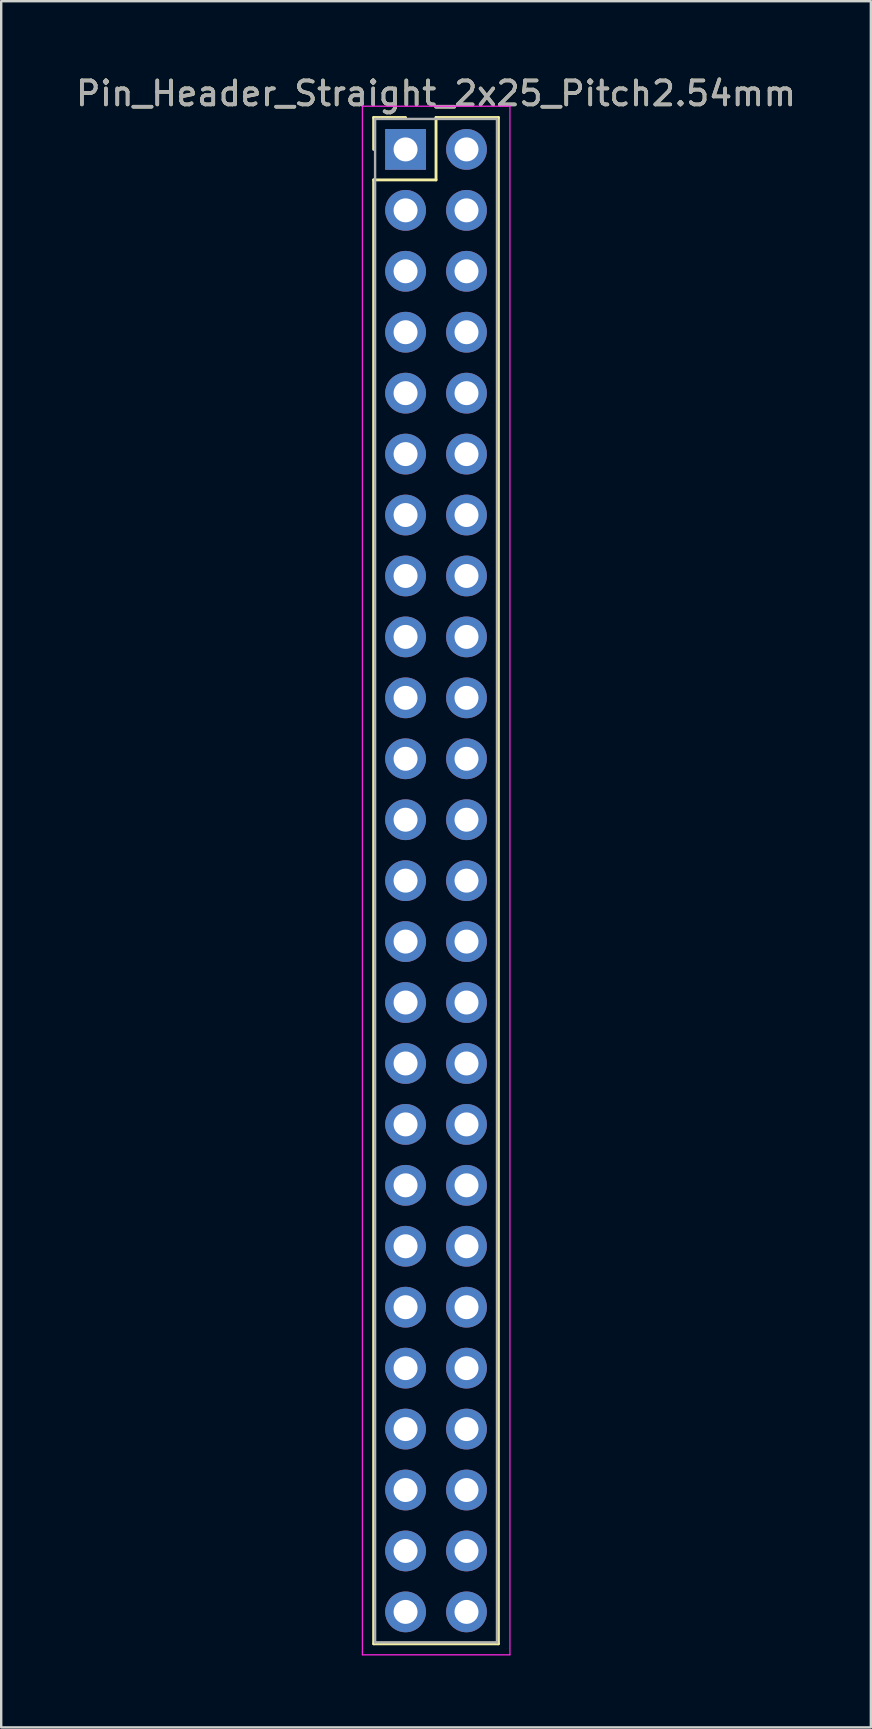
<source format=kicad_pcb>
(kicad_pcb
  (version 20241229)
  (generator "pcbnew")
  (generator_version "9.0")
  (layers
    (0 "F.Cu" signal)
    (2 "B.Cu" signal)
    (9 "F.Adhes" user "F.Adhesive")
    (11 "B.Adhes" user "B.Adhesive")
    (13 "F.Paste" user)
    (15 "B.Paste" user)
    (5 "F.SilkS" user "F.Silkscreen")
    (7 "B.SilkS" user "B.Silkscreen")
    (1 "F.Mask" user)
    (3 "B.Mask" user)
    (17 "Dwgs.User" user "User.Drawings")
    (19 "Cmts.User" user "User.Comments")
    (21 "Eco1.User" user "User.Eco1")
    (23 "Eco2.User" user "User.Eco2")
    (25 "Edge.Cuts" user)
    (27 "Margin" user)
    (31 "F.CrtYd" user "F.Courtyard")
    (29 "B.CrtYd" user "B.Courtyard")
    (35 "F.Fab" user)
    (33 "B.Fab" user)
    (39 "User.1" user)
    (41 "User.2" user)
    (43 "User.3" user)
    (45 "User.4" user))
  (footprint "Pin_Header_Straight_2x25_Pitch2.54mm"
    (layer "F.Cu")
    (at 13.855 3.178)
    (property "Reference" "Pin_Header_Straight_2x25_Pitch2.54mm" (at 1.27 -2.33 0) (layer "F.SilkS") (effects (font (size 1 1) (thickness 0.15))))
    (attr through_hole)
    (fp_line (start -1.33 -1.33) (end 0 -1.33) (stroke (width 0.12) (type solid)) (layer "F.SilkS"))
    (fp_line (start -1.33 0) (end -1.33 -1.33) (stroke (width 0.12) (type solid)) (layer "F.SilkS"))
    (fp_line (start -1.33 1.27) (end -1.33 62.29) (stroke (width 0.12) (type solid)) (layer "F.SilkS"))
    (fp_line (start -1.33 62.29) (end 3.87 62.29) (stroke (width 0.12) (type solid)) (layer "F.SilkS"))
    (fp_line (start 1.27 -1.33) (end 1.27 1.27) (stroke (width 0.12) (type solid)) (layer "F.SilkS"))
    (fp_line (start 1.27 1.27) (end -1.33 1.27) (stroke (width 0.12) (type solid)) (layer "F.SilkS"))
    (fp_line (start 3.87 -1.33) (end 1.27 -1.33) (stroke (width 0.12) (type solid)) (layer "F.SilkS"))
    (fp_line (start 3.87 62.29) (end 3.87 -1.33) (stroke (width 0.12) (type solid)) (layer "F.SilkS"))
    (fp_line (start -1.8 -1.8) (end -1.8 62.75) (stroke (width 0.05) (type solid)) (layer "F.CrtYd"))
    (fp_line (start -1.8 62.75) (end 4.35 62.75) (stroke (width 0.05) (type solid)) (layer "F.CrtYd"))
    (fp_line (start 4.35 -1.8) (end -1.8 -1.8) (stroke (width 0.05) (type solid)) (layer "F.CrtYd"))
    (fp_line (start 4.35 62.75) (end 4.35 -1.8) (stroke (width 0.05) (type solid)) (layer "F.CrtYd"))
    (fp_line (start -1.27 -1.27) (end -1.27 62.23) (stroke (width 0.1) (type solid)) (layer "F.Fab"))
    (fp_line (start -1.27 62.23) (end 3.81 62.23) (stroke (width 0.1) (type solid)) (layer "F.Fab"))
    (fp_line (start 3.81 -1.27) (end -1.27 -1.27) (stroke (width 0.1) (type solid)) (layer "F.Fab"))
    (fp_line (start 3.81 62.23) (end 3.81 -1.27) (stroke (width 0.1) (type solid)) (layer "F.Fab"))
    (fp_text user "${REFERENCE}" (at 1.27 -2.33 0) (layer "F.Fab") (effects (font (size 1 1) (thickness 0.15))))
    (pad "1" thru_hole rect (at 0 0) (size 1.7 1.7) (drill 1) (layers "*.Cu" "*.Mask"))
    (pad "2" thru_hole oval (at 2.54 0) (size 1.7 1.7) (drill 1) (layers "*.Cu" "*.Mask"))
    (pad "3" thru_hole oval (at 0 2.54) (size 1.7 1.7) (drill 1) (layers "*.Cu" "*.Mask"))
    (pad "4" thru_hole oval (at 2.54 2.54) (size 1.7 1.7) (drill 1) (layers "*.Cu" "*.Mask"))
    (pad "5" thru_hole oval (at 0 5.08) (size 1.7 1.7) (drill 1) (layers "*.Cu" "*.Mask"))
    (pad "6" thru_hole oval (at 2.54 5.08) (size 1.7 1.7) (drill 1) (layers "*.Cu" "*.Mask"))
    (pad "7" thru_hole oval (at 0 7.62) (size 1.7 1.7) (drill 1) (layers "*.Cu" "*.Mask"))
    (pad "8" thru_hole oval (at 2.54 7.62) (size 1.7 1.7) (drill 1) (layers "*.Cu" "*.Mask"))
    (pad "9" thru_hole oval (at 0 10.16) (size 1.7 1.7) (drill 1) (layers "*.Cu" "*.Mask"))
    (pad "10" thru_hole oval (at 2.54 10.16) (size 1.7 1.7) (drill 1) (layers "*.Cu" "*.Mask"))
    (pad "11" thru_hole oval (at 0 12.7) (size 1.7 1.7) (drill 1) (layers "*.Cu" "*.Mask"))
    (pad "12" thru_hole oval (at 2.54 12.7) (size 1.7 1.7) (drill 1) (layers "*.Cu" "*.Mask"))
    (pad "13" thru_hole oval (at 0 15.24) (size 1.7 1.7) (drill 1) (layers "*.Cu" "*.Mask"))
    (pad "14" thru_hole oval (at 2.54 15.24) (size 1.7 1.7) (drill 1) (layers "*.Cu" "*.Mask"))
    (pad "15" thru_hole oval (at 0 17.78) (size 1.7 1.7) (drill 1) (layers "*.Cu" "*.Mask"))
    (pad "16" thru_hole oval (at 2.54 17.78) (size 1.7 1.7) (drill 1) (layers "*.Cu" "*.Mask"))
    (pad "17" thru_hole oval (at 0 20.32) (size 1.7 1.7) (drill 1) (layers "*.Cu" "*.Mask"))
    (pad "18" thru_hole oval (at 2.54 20.32) (size 1.7 1.7) (drill 1) (layers "*.Cu" "*.Mask"))
    (pad "19" thru_hole oval (at 0 22.86) (size 1.7 1.7) (drill 1) (layers "*.Cu" "*.Mask"))
    (pad "20" thru_hole oval (at 2.54 22.86) (size 1.7 1.7) (drill 1) (layers "*.Cu" "*.Mask"))
    (pad "21" thru_hole oval (at 0 25.4) (size 1.7 1.7) (drill 1) (layers "*.Cu" "*.Mask"))
    (pad "22" thru_hole oval (at 2.54 25.4) (size 1.7 1.7) (drill 1) (layers "*.Cu" "*.Mask"))
    (pad "23" thru_hole oval (at 0 27.94) (size 1.7 1.7) (drill 1) (layers "*.Cu" "*.Mask"))
    (pad "24" thru_hole oval (at 2.54 27.94) (size 1.7 1.7) (drill 1) (layers "*.Cu" "*.Mask"))
    (pad "25" thru_hole oval (at 0 30.48) (size 1.7 1.7) (drill 1) (layers "*.Cu" "*.Mask"))
    (pad "26" thru_hole oval (at 2.54 30.48) (size 1.7 1.7) (drill 1) (layers "*.Cu" "*.Mask"))
    (pad "27" thru_hole oval (at 0 33.02) (size 1.7 1.7) (drill 1) (layers "*.Cu" "*.Mask"))
    (pad "28" thru_hole oval (at 2.54 33.02) (size 1.7 1.7) (drill 1) (layers "*.Cu" "*.Mask"))
    (pad "29" thru_hole oval (at 0 35.56) (size 1.7 1.7) (drill 1) (layers "*.Cu" "*.Mask"))
    (pad "30" thru_hole oval (at 2.54 35.56) (size 1.7 1.7) (drill 1) (layers "*.Cu" "*.Mask"))
    (pad "31" thru_hole oval (at 0 38.1) (size 1.7 1.7) (drill 1) (layers "*.Cu" "*.Mask"))
    (pad "32" thru_hole oval (at 2.54 38.1) (size 1.7 1.7) (drill 1) (layers "*.Cu" "*.Mask"))
    (pad "33" thru_hole oval (at 0 40.64) (size 1.7 1.7) (drill 1) (layers "*.Cu" "*.Mask"))
    (pad "34" thru_hole oval (at 2.54 40.64) (size 1.7 1.7) (drill 1) (layers "*.Cu" "*.Mask"))
    (pad "35" thru_hole oval (at 0 43.18) (size 1.7 1.7) (drill 1) (layers "*.Cu" "*.Mask"))
    (pad "36" thru_hole oval (at 2.54 43.18) (size 1.7 1.7) (drill 1) (layers "*.Cu" "*.Mask"))
    (pad "37" thru_hole oval (at 0 45.72) (size 1.7 1.7) (drill 1) (layers "*.Cu" "*.Mask"))
    (pad "38" thru_hole oval (at 2.54 45.72) (size 1.7 1.7) (drill 1) (layers "*.Cu" "*.Mask"))
    (pad "39" thru_hole oval (at 0 48.26) (size 1.7 1.7) (drill 1) (layers "*.Cu" "*.Mask"))
    (pad "40" thru_hole oval (at 2.54 48.26) (size 1.7 1.7) (drill 1) (layers "*.Cu" "*.Mask"))
    (pad "41" thru_hole oval (at 0 50.8) (size 1.7 1.7) (drill 1) (layers "*.Cu" "*.Mask"))
    (pad "42" thru_hole oval (at 2.54 50.8) (size 1.7 1.7) (drill 1) (layers "*.Cu" "*.Mask"))
    (pad "43" thru_hole oval (at 0 53.34) (size 1.7 1.7) (drill 1) (layers "*.Cu" "*.Mask"))
    (pad "44" thru_hole oval (at 2.54 53.34) (size 1.7 1.7) (drill 1) (layers "*.Cu" "*.Mask"))
    (pad "45" thru_hole oval (at 0 55.88) (size 1.7 1.7) (drill 1) (layers "*.Cu" "*.Mask"))
    (pad "46" thru_hole oval (at 2.54 55.88) (size 1.7 1.7) (drill 1) (layers "*.Cu" "*.Mask"))
    (pad "47" thru_hole oval (at 0 58.42) (size 1.7 1.7) (drill 1) (layers "*.Cu" "*.Mask"))
    (pad "48" thru_hole oval (at 2.54 58.42) (size 1.7 1.7) (drill 1) (layers "*.Cu" "*.Mask"))
    (pad "49" thru_hole oval (at 0 60.96) (size 1.7 1.7) (drill 1) (layers "*.Cu" "*.Mask"))
    (pad "50" thru_hole oval (at 2.54 60.96) (size 1.7 1.7) (drill 1) (layers "*.Cu" "*.Mask")))
  (gr_rect
    (start -3 -3)
    (end 33.25 68.953)
    (stroke (width 0.1) (type default))
    (fill no)
    (layer "Edge.Cuts")))
</source>
